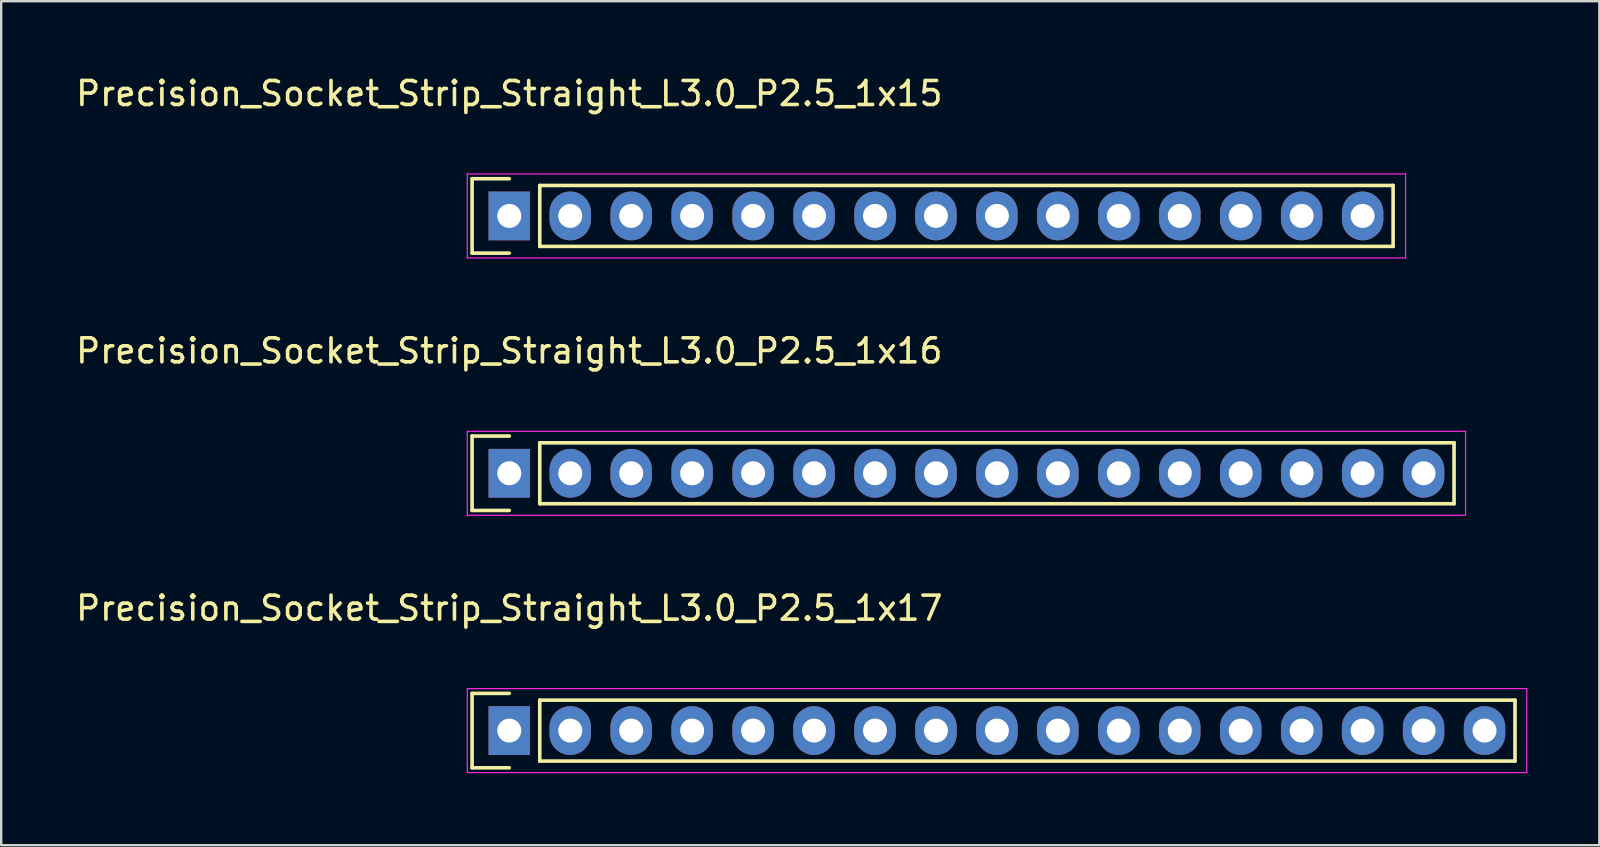
<source format=kicad_pcb>
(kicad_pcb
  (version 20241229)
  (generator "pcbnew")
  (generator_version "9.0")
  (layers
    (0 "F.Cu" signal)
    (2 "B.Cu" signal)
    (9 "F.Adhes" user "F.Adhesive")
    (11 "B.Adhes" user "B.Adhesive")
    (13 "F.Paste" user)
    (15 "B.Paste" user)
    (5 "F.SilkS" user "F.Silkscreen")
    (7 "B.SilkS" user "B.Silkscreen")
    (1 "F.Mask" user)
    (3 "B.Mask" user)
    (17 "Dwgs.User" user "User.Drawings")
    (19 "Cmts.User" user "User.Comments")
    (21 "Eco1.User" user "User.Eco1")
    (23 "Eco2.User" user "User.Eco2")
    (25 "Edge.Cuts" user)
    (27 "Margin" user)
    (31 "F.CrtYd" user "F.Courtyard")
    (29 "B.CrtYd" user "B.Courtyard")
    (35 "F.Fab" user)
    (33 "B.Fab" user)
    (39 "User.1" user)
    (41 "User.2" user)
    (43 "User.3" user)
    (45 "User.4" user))
  (footprint "Precision_Socket_Strip_Straight_L3.0_P2.5_1x17"
    (layer "F.Cu")
    (at 18.173 27.395)
    (property "Reference" "Precision_Socket_Strip_Straight_L3.0_P2.5_1x17" (at 0 -5.1 0) (layer "F.SilkS") (effects (font (size 1 1) (thickness 0.15))))
    (attr through_hole)
    (fp_line (start -1.55 -1.55) (end -1.55 1.55) (stroke (width 0.15) (type solid)) (layer "F.SilkS"))
    (fp_line (start -1.55 1.55) (end 0 1.55) (stroke (width 0.15) (type solid)) (layer "F.SilkS"))
    (fp_line (start 0 -1.55) (end -1.55 -1.55) (stroke (width 0.15) (type solid)) (layer "F.SilkS"))
    (fp_line (start 1.27 1.27) (end 1.27 -1.27) (stroke (width 0.15) (type solid)) (layer "F.SilkS"))
    (fp_line (start 1.27 1.27) (end 41.91 1.27) (stroke (width 0.15) (type solid)) (layer "F.SilkS"))
    (fp_line (start 41.91 -1.27) (end 1.27 -1.27) (stroke (width 0.15) (type solid)) (layer "F.SilkS"))
    (fp_line (start 41.91 1.27) (end 41.91 -1.27) (stroke (width 0.15) (type solid)) (layer "F.SilkS"))
    (fp_line (start -1.75 -1.75) (end -1.75 1.75) (stroke (width 0.05) (type solid)) (layer "F.CrtYd"))
    (fp_line (start -1.75 -1.75) (end 42.4 -1.75) (stroke (width 0.05) (type solid)) (layer "F.CrtYd"))
    (fp_line (start -1.75 1.75) (end 42.4 1.75) (stroke (width 0.05) (type solid)) (layer "F.CrtYd"))
    (fp_line (start 42.4 -1.75) (end 42.4 1.75) (stroke (width 0.05) (type solid)) (layer "F.CrtYd"))
    (pad "1" thru_hole rect (at 0 0) (size 1.727 2.032) (drill 1) (layers "*.Cu" "*.Mask"))
    (pad "2" thru_hole oval (at 2.54 0) (size 1.727 2.032) (drill 1) (layers "*.Cu" "*.Mask"))
    (pad "3" thru_hole oval (at 5.08 0) (size 1.727 2.032) (drill 1) (layers "*.Cu" "*.Mask"))
    (pad "4" thru_hole oval (at 7.62 0) (size 1.727 2.032) (drill 1) (layers "*.Cu" "*.Mask"))
    (pad "5" thru_hole oval (at 10.16 0) (size 1.727 2.032) (drill 1) (layers "*.Cu" "*.Mask"))
    (pad "6" thru_hole oval (at 12.7 0) (size 1.727 2.032) (drill 1) (layers "*.Cu" "*.Mask"))
    (pad "7" thru_hole oval (at 15.24 0) (size 1.727 2.032) (drill 1) (layers "*.Cu" "*.Mask"))
    (pad "8" thru_hole oval (at 17.78 0) (size 1.727 2.032) (drill 1) (layers "*.Cu" "*.Mask"))
    (pad "9" thru_hole oval (at 20.32 0) (size 1.727 2.032) (drill 1) (layers "*.Cu" "*.Mask"))
    (pad "10" thru_hole oval (at 22.86 0) (size 1.727 2.032) (drill 1) (layers "*.Cu" "*.Mask"))
    (pad "11" thru_hole oval (at 25.4 0) (size 1.727 2.032) (drill 1) (layers "*.Cu" "*.Mask"))
    (pad "12" thru_hole oval (at 27.94 0) (size 1.727 2.032) (drill 1) (layers "*.Cu" "*.Mask"))
    (pad "13" thru_hole oval (at 30.48 0) (size 1.727 2.032) (drill 1) (layers "*.Cu" "*.Mask"))
    (pad "14" thru_hole oval (at 33.02 0) (size 1.727 2.032) (drill 1) (layers "*.Cu" "*.Mask"))
    (pad "15" thru_hole oval (at 35.56 0) (size 1.727 2.032) (drill 1) (layers "*.Cu" "*.Mask"))
    (pad "16" thru_hole oval (at 38.1 0) (size 1.727 2.032) (drill 1) (layers "*.Cu" "*.Mask"))
    (pad "17" thru_hole oval (at 40.64 0) (size 1.727 2.032) (drill 1) (layers "*.Cu" "*.Mask")))
  (footprint "Precision_Socket_Strip_Straight_L3.0_P2.5_1x15"
    (layer "F.Cu")
    (at 18.173 5.948)
    (property "Reference" "Precision_Socket_Strip_Straight_L3.0_P2.5_1x15" (at 0 -5.1 0) (layer "F.SilkS") (effects (font (size 1 1) (thickness 0.15))))
    (attr through_hole)
    (fp_line (start -1.55 -1.55) (end -1.55 1.55) (stroke (width 0.15) (type solid)) (layer "F.SilkS"))
    (fp_line (start -1.55 1.55) (end 0 1.55) (stroke (width 0.15) (type solid)) (layer "F.SilkS"))
    (fp_line (start 0 -1.55) (end -1.55 -1.55) (stroke (width 0.15) (type solid)) (layer "F.SilkS"))
    (fp_line (start 1.27 -1.27) (end 36.83 -1.27) (stroke (width 0.15) (type solid)) (layer "F.SilkS"))
    (fp_line (start 1.27 1.27) (end 1.27 -1.27) (stroke (width 0.15) (type solid)) (layer "F.SilkS"))
    (fp_line (start 36.83 -1.27) (end 36.83 1.27) (stroke (width 0.15) (type solid)) (layer "F.SilkS"))
    (fp_line (start 36.83 1.27) (end 1.27 1.27) (stroke (width 0.15) (type solid)) (layer "F.SilkS"))
    (fp_line (start -1.75 -1.75) (end -1.75 1.75) (stroke (width 0.05) (type solid)) (layer "F.CrtYd"))
    (fp_line (start -1.75 -1.75) (end 37.35 -1.75) (stroke (width 0.05) (type solid)) (layer "F.CrtYd"))
    (fp_line (start -1.75 1.75) (end 37.35 1.75) (stroke (width 0.05) (type solid)) (layer "F.CrtYd"))
    (fp_line (start 37.35 -1.75) (end 37.35 1.75) (stroke (width 0.05) (type solid)) (layer "F.CrtYd"))
    (pad "1" thru_hole rect (at 0 0) (size 1.727 2.032) (drill 1) (layers "*.Cu" "*.Mask"))
    (pad "2" thru_hole oval (at 2.54 0) (size 1.727 2.032) (drill 1) (layers "*.Cu" "*.Mask"))
    (pad "3" thru_hole oval (at 5.08 0) (size 1.727 2.032) (drill 1) (layers "*.Cu" "*.Mask"))
    (pad "4" thru_hole oval (at 7.62 0) (size 1.727 2.032) (drill 1) (layers "*.Cu" "*.Mask"))
    (pad "5" thru_hole oval (at 10.16 0) (size 1.727 2.032) (drill 1) (layers "*.Cu" "*.Mask"))
    (pad "6" thru_hole oval (at 12.7 0) (size 1.727 2.032) (drill 1) (layers "*.Cu" "*.Mask"))
    (pad "7" thru_hole oval (at 15.24 0) (size 1.727 2.032) (drill 1) (layers "*.Cu" "*.Mask"))
    (pad "8" thru_hole oval (at 17.78 0) (size 1.727 2.032) (drill 1) (layers "*.Cu" "*.Mask"))
    (pad "9" thru_hole oval (at 20.32 0) (size 1.727 2.032) (drill 1) (layers "*.Cu" "*.Mask"))
    (pad "10" thru_hole oval (at 22.86 0) (size 1.727 2.032) (drill 1) (layers "*.Cu" "*.Mask"))
    (pad "11" thru_hole oval (at 25.4 0) (size 1.727 2.032) (drill 1) (layers "*.Cu" "*.Mask"))
    (pad "12" thru_hole oval (at 27.94 0) (size 1.727 2.032) (drill 1) (layers "*.Cu" "*.Mask"))
    (pad "13" thru_hole oval (at 30.48 0) (size 1.727 2.032) (drill 1) (layers "*.Cu" "*.Mask"))
    (pad "14" thru_hole oval (at 33.02 0) (size 1.727 2.032) (drill 1) (layers "*.Cu" "*.Mask"))
    (pad "15" thru_hole oval (at 35.56 0) (size 1.727 2.032) (drill 1) (layers "*.Cu" "*.Mask")))
  (footprint "Precision_Socket_Strip_Straight_L3.0_P2.5_1x16"
    (layer "F.Cu")
    (at 18.173 16.672)
    (property "Reference" "Precision_Socket_Strip_Straight_L3.0_P2.5_1x16" (at 0 -5.1 0) (layer "F.SilkS") (effects (font (size 1 1) (thickness 0.15))))
    (attr through_hole)
    (fp_line (start -1.55 -1.55) (end -1.55 1.55) (stroke (width 0.15) (type solid)) (layer "F.SilkS"))
    (fp_line (start -1.55 1.55) (end 0 1.55) (stroke (width 0.15) (type solid)) (layer "F.SilkS"))
    (fp_line (start 0 -1.55) (end -1.55 -1.55) (stroke (width 0.15) (type solid)) (layer "F.SilkS"))
    (fp_line (start 1.27 -1.27) (end 39.37 -1.27) (stroke (width 0.15) (type solid)) (layer "F.SilkS"))
    (fp_line (start 1.27 1.27) (end 1.27 -1.27) (stroke (width 0.15) (type solid)) (layer "F.SilkS"))
    (fp_line (start 39.37 -1.27) (end 39.37 1.27) (stroke (width 0.15) (type solid)) (layer "F.SilkS"))
    (fp_line (start 39.37 1.27) (end 1.27 1.27) (stroke (width 0.15) (type solid)) (layer "F.SilkS"))
    (fp_line (start -1.75 -1.75) (end -1.75 1.75) (stroke (width 0.05) (type solid)) (layer "F.CrtYd"))
    (fp_line (start -1.75 -1.75) (end 39.85 -1.75) (stroke (width 0.05) (type solid)) (layer "F.CrtYd"))
    (fp_line (start -1.75 1.75) (end 39.85 1.75) (stroke (width 0.05) (type solid)) (layer "F.CrtYd"))
    (fp_line (start 39.85 -1.75) (end 39.85 1.75) (stroke (width 0.05) (type solid)) (layer "F.CrtYd"))
    (pad "1" thru_hole rect (at 0 0) (size 1.727 2.032) (drill 1) (layers "*.Cu" "*.Mask"))
    (pad "2" thru_hole oval (at 2.54 0) (size 1.727 2.032) (drill 1) (layers "*.Cu" "*.Mask"))
    (pad "3" thru_hole oval (at 5.08 0) (size 1.727 2.032) (drill 1) (layers "*.Cu" "*.Mask"))
    (pad "4" thru_hole oval (at 7.62 0) (size 1.727 2.032) (drill 1) (layers "*.Cu" "*.Mask"))
    (pad "5" thru_hole oval (at 10.16 0) (size 1.727 2.032) (drill 1) (layers "*.Cu" "*.Mask"))
    (pad "6" thru_hole oval (at 12.7 0) (size 1.727 2.032) (drill 1) (layers "*.Cu" "*.Mask"))
    (pad "7" thru_hole oval (at 15.24 0) (size 1.727 2.032) (drill 1) (layers "*.Cu" "*.Mask"))
    (pad "8" thru_hole oval (at 17.78 0) (size 1.727 2.032) (drill 1) (layers "*.Cu" "*.Mask"))
    (pad "9" thru_hole oval (at 20.32 0) (size 1.727 2.032) (drill 1) (layers "*.Cu" "*.Mask"))
    (pad "10" thru_hole oval (at 22.86 0) (size 1.727 2.032) (drill 1) (layers "*.Cu" "*.Mask"))
    (pad "11" thru_hole oval (at 25.4 0) (size 1.727 2.032) (drill 1) (layers "*.Cu" "*.Mask"))
    (pad "12" thru_hole oval (at 27.94 0) (size 1.727 2.032) (drill 1) (layers "*.Cu" "*.Mask"))
    (pad "13" thru_hole oval (at 30.48 0) (size 1.727 2.032) (drill 1) (layers "*.Cu" "*.Mask"))
    (pad "14" thru_hole oval (at 33.02 0) (size 1.727 2.032) (drill 1) (layers "*.Cu" "*.Mask"))
    (pad "15" thru_hole oval (at 35.56 0) (size 1.727 2.032) (drill 1) (layers "*.Cu" "*.Mask"))
    (pad "16" thru_hole oval (at 38.1 0) (size 1.727 2.032) (drill 1) (layers "*.Cu" "*.Mask")))
  (gr_rect
    (start -3 -3)
    (end 63.598 32.17)
    (stroke (width 0.1) (type default))
    (fill no)
    (layer "Edge.Cuts")))
</source>
